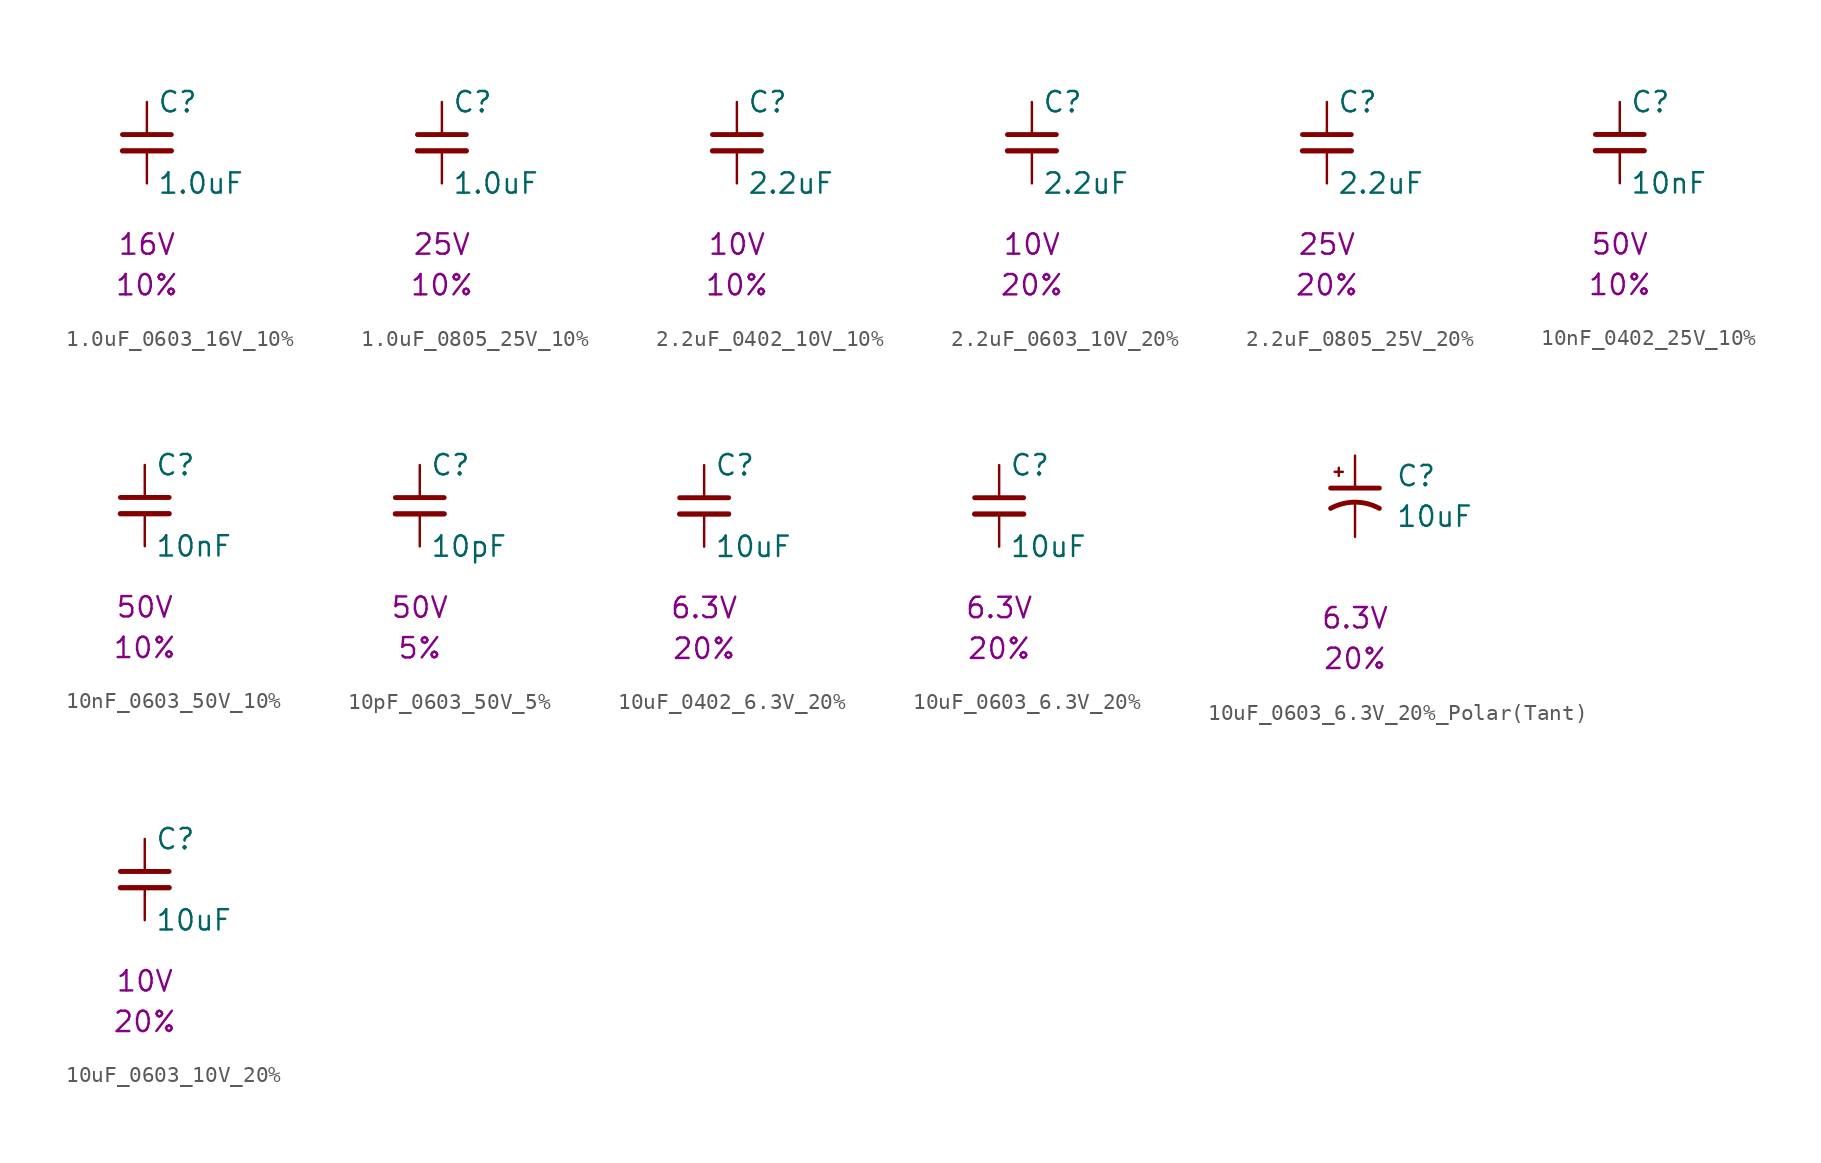
<source format=kicad_sym>
(kicad_symbol_lib
  (version 20241209)
  (generator "kicad_symbol_editor")
  (generator_version "9.0")
  (symbol "1.0uF_0603_16V_10%"
    (pin_numbers
      (hide yes))
    (pin_names
      (offset 0.254))
    (property "Reference" "C"
      (at 0.635 2.54 0)
      (effects (font (size 1.27 1.27)) (justify left)))
    (property "Value" "1.0uF"
      (at 0.635 -2.54 0)
      (effects (font (size 1.27 1.27)) (justify left)))
    (property "Voltage" "16V"
      (at 0 -6.35 0)
      (effects (font (size 1.27 1.27))))
    (property "Tolerance" "10%"
      (at 0 -8.89 0)
      (effects (font (size 1.27 1.27))))
    (symbol "1.0uF_0603_16V_10%_0_1"
      (polyline (pts (xy -1.524 0.508) (xy 1.524 0.508)) (stroke (width 0.305) (type default)) (fill (type none)))
      (polyline (pts (xy -1.524 -0.508) (xy 1.524 -0.508)) (stroke (width 0.33) (type default)) (fill (type none))))
    (symbol "1.0uF_0603_16V_10%_1_1"
      (pin passive line (at 0 2.54 270) (length 2.032) (name "~" (effects (font (size 1.27 1.27)))) (number "1" (effects (font (size 1.27 1.27)))))
      (pin passive line (at 0 -2.54 90) (length 2.032) (name "~" (effects (font (size 1.27 1.27)))) (number "2" (effects (font (size 1.27 1.27)))))))
  (symbol "1.0uF_0805_25V_10%"
    (pin_numbers
      (hide yes))
    (pin_names
      (offset 0.254))
    (property "Reference" "C"
      (at 0.635 2.54 0)
      (effects (font (size 1.27 1.27)) (justify left)))
    (property "Value" "1.0uF"
      (at 0.635 -2.54 0)
      (effects (font (size 1.27 1.27)) (justify left)))
    (property "Voltage" "25V"
      (at 0 -6.35 0)
      (effects (font (size 1.27 1.27))))
    (property "Tolerance" "10%"
      (at 0 -8.89 0)
      (effects (font (size 1.27 1.27))))
    (symbol "1.0uF_0805_25V_10%_0_1"
      (polyline (pts (xy -1.524 0.508) (xy 1.524 0.508)) (stroke (width 0.305) (type default)) (fill (type none)))
      (polyline (pts (xy -1.524 -0.508) (xy 1.524 -0.508)) (stroke (width 0.33) (type default)) (fill (type none))))
    (symbol "1.0uF_0805_25V_10%_1_1"
      (pin passive line (at 0 2.54 270) (length 2.032) (name "~" (effects (font (size 1.27 1.27)))) (number "1" (effects (font (size 1.27 1.27)))))
      (pin passive line (at 0 -2.54 90) (length 2.032) (name "~" (effects (font (size 1.27 1.27)))) (number "2" (effects (font (size 1.27 1.27)))))))
  (symbol "2.2uF_0402_10V_10%"
    (pin_numbers
      (hide yes))
    (pin_names
      (offset 0.254))
    (property "Reference" "C"
      (at 0.635 2.54 0)
      (effects (font (size 1.27 1.27)) (justify left)))
    (property "Value" "2.2uF"
      (at 0.635 -2.54 0)
      (effects (font (size 1.27 1.27)) (justify left)))
    (property "Voltage" "10V"
      (at 0 -6.35 0)
      (effects (font (size 1.27 1.27))))
    (property "Tolerance" "10%"
      (at 0 -8.89 0)
      (effects (font (size 1.27 1.27))))
    (symbol "2.2uF_0402_10V_10%_0_1"
      (polyline (pts (xy -1.524 0.508) (xy 1.524 0.508)) (stroke (width 0.305) (type default)) (fill (type none)))
      (polyline (pts (xy -1.524 -0.508) (xy 1.524 -0.508)) (stroke (width 0.33) (type default)) (fill (type none))))
    (symbol "2.2uF_0402_10V_10%_1_1"
      (pin passive line (at 0 2.54 270) (length 2.032) (name "~" (effects (font (size 1.27 1.27)))) (number "1" (effects (font (size 1.27 1.27)))))
      (pin passive line (at 0 -2.54 90) (length 2.032) (name "~" (effects (font (size 1.27 1.27)))) (number "2" (effects (font (size 1.27 1.27)))))))
  (symbol "2.2uF_0603_10V_20%"
    (pin_numbers
      (hide yes))
    (pin_names
      (offset 0.254))
    (property "Reference" "C"
      (at 0.635 2.54 0)
      (effects (font (size 1.27 1.27)) (justify left)))
    (property "Value" "2.2uF"
      (at 0.635 -2.54 0)
      (effects (font (size 1.27 1.27)) (justify left)))
    (property "Voltage" "10V"
      (at 0 -6.35 0)
      (effects (font (size 1.27 1.27))))
    (property "Tolerance" "20%"
      (at 0 -8.89 0)
      (effects (font (size 1.27 1.27))))
    (symbol "2.2uF_0603_10V_20%_0_1"
      (polyline (pts (xy -1.524 0.508) (xy 1.524 0.508)) (stroke (width 0.305) (type default)) (fill (type none)))
      (polyline (pts (xy -1.524 -0.508) (xy 1.524 -0.508)) (stroke (width 0.33) (type default)) (fill (type none))))
    (symbol "2.2uF_0603_10V_20%_1_1"
      (pin passive line (at 0 2.54 270) (length 2.032) (name "~" (effects (font (size 1.27 1.27)))) (number "1" (effects (font (size 1.27 1.27)))))
      (pin passive line (at 0 -2.54 90) (length 2.032) (name "~" (effects (font (size 1.27 1.27)))) (number "2" (effects (font (size 1.27 1.27)))))))
  (symbol "2.2uF_0805_25V_20%"
    (pin_numbers
      (hide yes))
    (pin_names
      (offset 0.254))
    (property "Reference" "C"
      (at 0.635 2.54 0)
      (effects (font (size 1.27 1.27)) (justify left)))
    (property "Value" "2.2uF"
      (at 0.635 -2.54 0)
      (effects (font (size 1.27 1.27)) (justify left)))
    (property "Voltage" "25V"
      (at 0 -6.35 0)
      (effects (font (size 1.27 1.27))))
    (property "Tolerance" "20%"
      (at 0 -8.89 0)
      (effects (font (size 1.27 1.27))))
    (symbol "2.2uF_0805_25V_20%_0_1"
      (polyline (pts (xy -1.524 0.508) (xy 1.524 0.508)) (stroke (width 0.305) (type default)) (fill (type none)))
      (polyline (pts (xy -1.524 -0.508) (xy 1.524 -0.508)) (stroke (width 0.33) (type default)) (fill (type none))))
    (symbol "2.2uF_0805_25V_20%_1_1"
      (pin passive line (at 0 2.54 270) (length 2.032) (name "~" (effects (font (size 1.27 1.27)))) (number "1" (effects (font (size 1.27 1.27)))))
      (pin passive line (at 0 -2.54 90) (length 2.032) (name "~" (effects (font (size 1.27 1.27)))) (number "2" (effects (font (size 1.27 1.27)))))))
  (symbol "10nF_0402_25V_10%"
    (pin_numbers
      (hide yes))
    (pin_names
      (offset 0.254))
    (property "Reference" "C"
      (at 0.635 2.54 0)
      (effects (font (size 1.27 1.27)) (justify left)))
    (property "Value" "10nF"
      (at 0.635 -2.54 0)
      (effects (font (size 1.27 1.27)) (justify left)))
    (property "Voltage" "50V"
      (at 0 -6.35 0)
      (effects (font (size 1.27 1.27))))
    (property "Tolerance" "10%"
      (at 0 -8.89 0)
      (effects (font (size 1.27 1.27))))
    (symbol "10nF_0402_25V_10%_0_1"
      (polyline (pts (xy -1.524 0.508) (xy 1.524 0.508)) (stroke (width 0.305) (type default)) (fill (type none)))
      (polyline (pts (xy -1.524 -0.508) (xy 1.524 -0.508)) (stroke (width 0.33) (type default)) (fill (type none))))
    (symbol "10nF_0402_25V_10%_1_1"
      (pin passive line (at 0 2.54 270) (length 2.032) (name "~" (effects (font (size 1.27 1.27)))) (number "1" (effects (font (size 1.27 1.27)))))
      (pin passive line (at 0 -2.54 90) (length 2.032) (name "~" (effects (font (size 1.27 1.27)))) (number "2" (effects (font (size 1.27 1.27)))))))
  (symbol "10nF_0603_50V_10%"
    (pin_numbers
      (hide yes))
    (pin_names
      (offset 0.254))
    (property "Reference" "C"
      (at 0.635 2.54 0)
      (effects (font (size 1.27 1.27)) (justify left)))
    (property "Value" "10nF"
      (at 0.635 -2.54 0)
      (effects (font (size 1.27 1.27)) (justify left)))
    (property "Voltage" "50V"
      (at 0 -6.35 0)
      (effects (font (size 1.27 1.27))))
    (property "Tolerance" "10%"
      (at 0 -8.89 0)
      (effects (font (size 1.27 1.27))))
    (symbol "10nF_0603_50V_10%_0_1"
      (polyline (pts (xy -1.524 0.508) (xy 1.524 0.508)) (stroke (width 0.305) (type default)) (fill (type none)))
      (polyline (pts (xy -1.524 -0.508) (xy 1.524 -0.508)) (stroke (width 0.33) (type default)) (fill (type none))))
    (symbol "10nF_0603_50V_10%_1_1"
      (pin passive line (at 0 2.54 270) (length 2.032) (name "~" (effects (font (size 1.27 1.27)))) (number "1" (effects (font (size 1.27 1.27)))))
      (pin passive line (at 0 -2.54 90) (length 2.032) (name "~" (effects (font (size 1.27 1.27)))) (number "2" (effects (font (size 1.27 1.27)))))))
  (symbol "10pF_0603_50V_5%"
    (pin_numbers
      (hide yes))
    (pin_names
      (offset 0.254))
    (property "Reference" "C"
      (at 0.635 2.54 0)
      (effects (font (size 1.27 1.27)) (justify left)))
    (property "Value" "10pF"
      (at 0.635 -2.54 0)
      (effects (font (size 1.27 1.27)) (justify left)))
    (property "Voltage" "50V"
      (at 0 -6.35 0)
      (effects (font (size 1.27 1.27))))
    (property "Tolerance" "5%"
      (at 0 -8.89 0)
      (effects (font (size 1.27 1.27))))
    (symbol "10pF_0603_50V_5%_0_1"
      (polyline (pts (xy -1.524 0.508) (xy 1.524 0.508)) (stroke (width 0.305) (type default)) (fill (type none)))
      (polyline (pts (xy -1.524 -0.508) (xy 1.524 -0.508)) (stroke (width 0.33) (type default)) (fill (type none))))
    (symbol "10pF_0603_50V_5%_1_1"
      (pin passive line (at 0 2.54 270) (length 2.032) (name "~" (effects (font (size 1.27 1.27)))) (number "1" (effects (font (size 1.27 1.27)))))
      (pin passive line (at 0 -2.54 90) (length 2.032) (name "~" (effects (font (size 1.27 1.27)))) (number "2" (effects (font (size 1.27 1.27)))))))
  (symbol "10uF_0402_6.3V_20%"
    (pin_numbers
      (hide yes))
    (pin_names
      (offset 0.254))
    (property "Reference" "C"
      (at 0.635 2.54 0)
      (effects (font (size 1.27 1.27)) (justify left)))
    (property "Value" "10uF"
      (at 0.635 -2.54 0)
      (effects (font (size 1.27 1.27)) (justify left)))
    (property "Voltage" "6.3V"
      (at 0 -6.35 0)
      (effects (font (size 1.27 1.27))))
    (property "Tolerance" "20%"
      (at 0 -8.89 0)
      (effects (font (size 1.27 1.27))))
    (symbol "10uF_0402_6.3V_20%_0_1"
      (polyline (pts (xy -1.524 0.508) (xy 1.524 0.508)) (stroke (width 0.305) (type default)) (fill (type none)))
      (polyline (pts (xy -1.524 -0.508) (xy 1.524 -0.508)) (stroke (width 0.33) (type default)) (fill (type none))))
    (symbol "10uF_0402_6.3V_20%_1_1"
      (pin passive line (at 0 2.54 270) (length 2.032) (name "~" (effects (font (size 1.27 1.27)))) (number "1" (effects (font (size 1.27 1.27)))))
      (pin passive line (at 0 -2.54 90) (length 2.032) (name "~" (effects (font (size 1.27 1.27)))) (number "2" (effects (font (size 1.27 1.27)))))))
  (symbol "10uF_0603_6.3V_20%"
    (pin_numbers
      (hide yes))
    (pin_names
      (offset 0.254))
    (property "Reference" "C"
      (at 0.635 2.54 0)
      (effects (font (size 1.27 1.27)) (justify left)))
    (property "Value" "10uF"
      (at 0.635 -2.54 0)
      (effects (font (size 1.27 1.27)) (justify left)))
    (property "Voltage" "6.3V"
      (at 0 -6.35 0)
      (effects (font (size 1.27 1.27))))
    (property "Tolerance" "20%"
      (at 0 -8.89 0)
      (effects (font (size 1.27 1.27))))
    (symbol "10uF_0603_6.3V_20%_0_1"
      (polyline (pts (xy -1.524 0.508) (xy 1.524 0.508)) (stroke (width 0.305) (type default)) (fill (type none)))
      (polyline (pts (xy -1.524 -0.508) (xy 1.524 -0.508)) (stroke (width 0.33) (type default)) (fill (type none))))
    (symbol "10uF_0603_6.3V_20%_1_1"
      (pin passive line (at 0 2.54 270) (length 2.032) (name "~" (effects (font (size 1.27 1.27)))) (number "1" (effects (font (size 1.27 1.27)))))
      (pin passive line (at 0 -2.54 90) (length 2.032) (name "~" (effects (font (size 1.27 1.27)))) (number "2" (effects (font (size 1.27 1.27)))))))
  (symbol "10uF_0603_6.3V_20%_Polar(Tant)"
    (pin_numbers
      (hide yes))
    (pin_names
      (offset 0.254)
      (hide yes))
    (property "Reference" "C"
      (at 2.54 1.27 0)
      (effects (font (size 1.27 1.27)) (justify left)))
    (property "Value" "10uF"
      (at 2.54 -1.27 0)
      (effects (font (size 1.27 1.27)) (justify left)))
    (property "Voltage" "6.3V"
      (at 0 -7.62 0)
      (effects (font (size 1.27 1.27))))
    (property "Tolerance" "20%"
      (at 0 -10.16 0)
      (effects (font (size 1.27 1.27))))
    (symbol "10uF_0603_6.3V_20%_Polar(Tant)_0_1"
      (polyline (pts (xy -1.524 0.508) (xy 1.524 0.508)) (stroke (width 0.305) (type default)) (fill (type none)))
      (polyline (pts (xy -1.27 1.524) (xy -0.762 1.524)) (stroke (width 0) (type default)) (fill (type none)))
      (polyline (pts (xy -1.016 1.27) (xy -1.016 1.778)) (stroke (width 0) (type default)) (fill (type none)))
      (arc (start -1.524 -0.762) (mid 0 -0.3734) (end 1.524 -0.762) (stroke (width 0.3048) (type default)) (fill (type none))))
    (symbol "10uF_0603_6.3V_20%_Polar(Tant)_1_1"
      (pin passive line (at 0 2.54 270) (length 2.032) (name "~" (effects (font (size 1.27 1.27)))) (number "1" (effects (font (size 1.27 1.27)))))
      (pin passive line (at 0 -2.54 90) (length 2.032) (name "~" (effects (font (size 1.27 1.27)))) (number "2" (effects (font (size 1.27 1.27)))))))
  (symbol "10uF_0603_10V_20%"
    (pin_numbers
      (hide yes))
    (pin_names
      (offset 0.254))
    (property "Reference" "C"
      (at 0.635 2.54 0)
      (effects (font (size 1.27 1.27)) (justify left)))
    (property "Value" "10uF"
      (at 0.635 -2.54 0)
      (effects (font (size 1.27 1.27)) (justify left)))
    (property "Voltage" "10V"
      (at 0 -6.35 0)
      (effects (font (size 1.27 1.27))))
    (property "Tolerance" "20%"
      (at 0 -8.89 0)
      (effects (font (size 1.27 1.27))))
    (symbol "10uF_0603_10V_20%_0_1"
      (polyline (pts (xy -1.524 0.508) (xy 1.524 0.508)) (stroke (width 0.305) (type default)) (fill (type none)))
      (polyline (pts (xy -1.524 -0.508) (xy 1.524 -0.508)) (stroke (width 0.33) (type default)) (fill (type none))))
    (symbol "10uF_0603_10V_20%_1_1"
      (pin passive line (at 0 2.54 270) (length 2.032) (name "~" (effects (font (size 1.27 1.27)))) (number "1" (effects (font (size 1.27 1.27)))))
      (pin passive line (at 0 -2.54 90) (length 2.032) (name "~" (effects (font (size 1.27 1.27)))) (number "2" (effects (font (size 1.27 1.27))))))))
</source>
